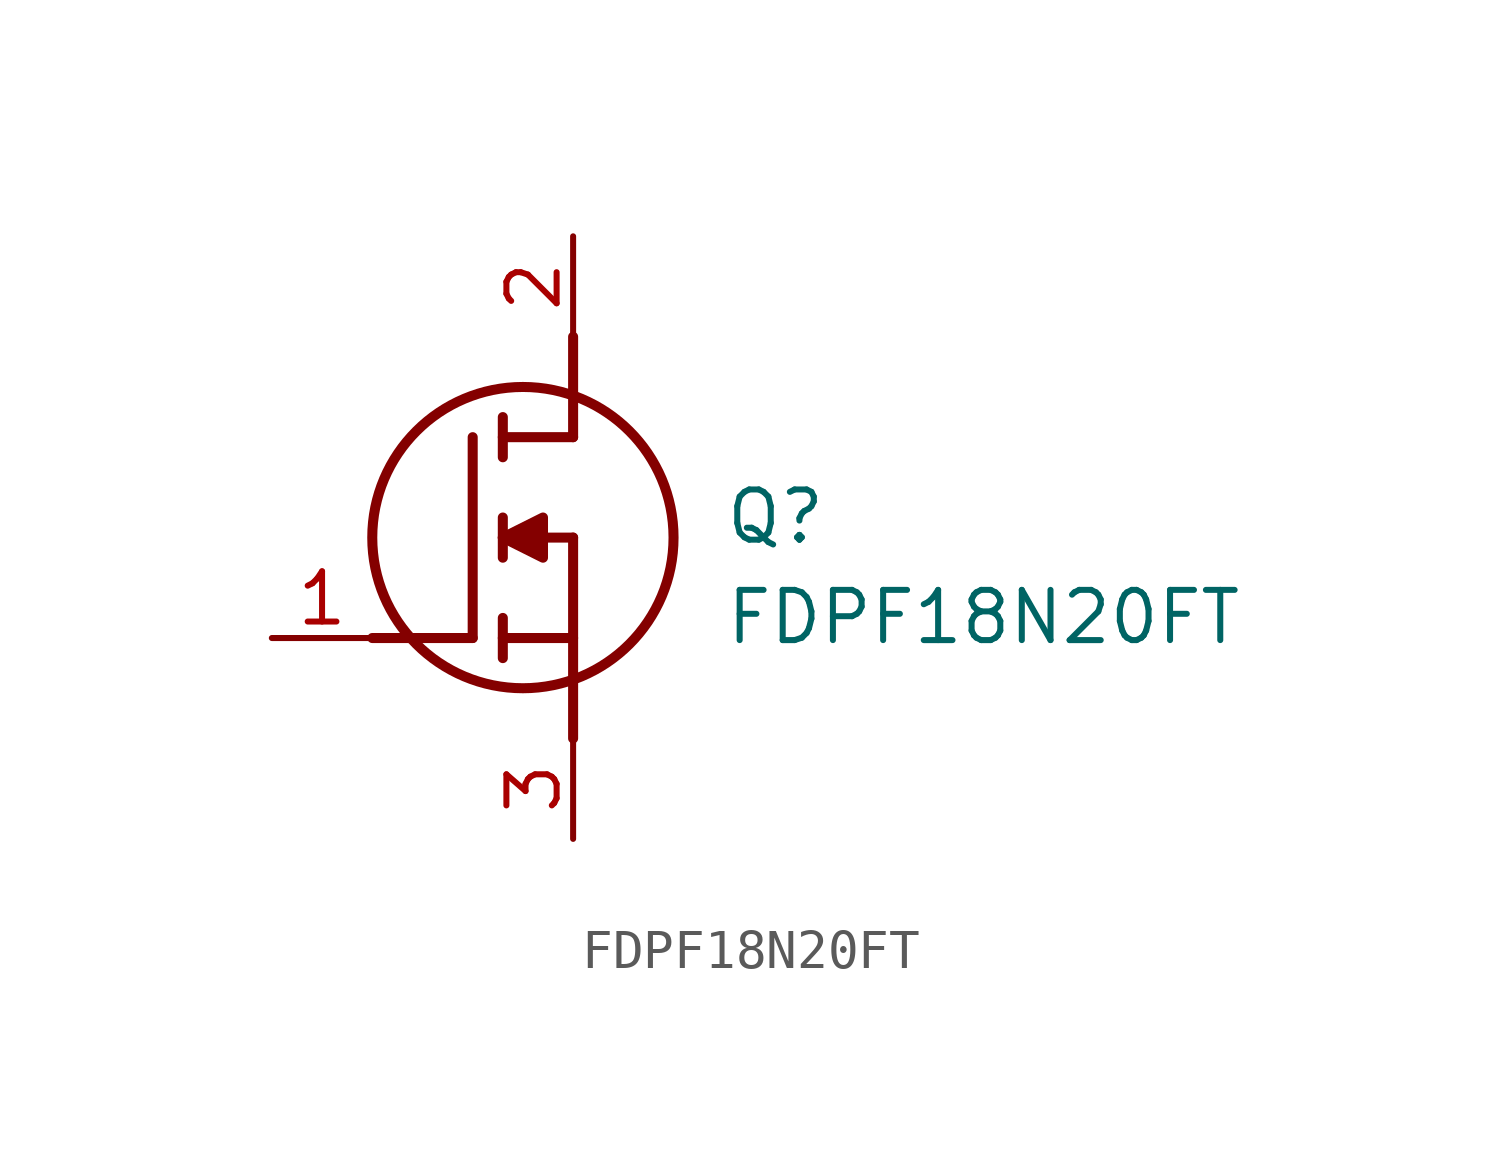
<source format=kicad_sym>
(kicad_symbol_lib
  (version 20220914)
  (generator SamacSys_ECAD_Model)
  (symbol "FDPF18N20FT"
    (pin_names hide)
    (property "Reference" "Q"
      (at 11.43 3.81 0)
      (effects (font (size 1.27 1.27)) (justify left top)))
    (property "Value" "FDPF18N20FT"
      (at 11.43 1.27 0)
      (effects (font (size 1.27 1.27)) (justify left top)))
    (polyline
      (pts (xy 7.62 2.54) (xy 7.62 -2.54))
      (stroke (width 0.254) (type default))
      (fill (type none)))
    (polyline
      (pts (xy 7.62 5.08) (xy 7.62 7.62))
      (stroke (width 0.254) (type default))
      (fill (type none)))
    (polyline
      (pts (xy 2.54 0) (xy 5.08 0))
      (stroke (width 0.254) (type default))
      (fill (type none)))
    (polyline
      (pts (xy 5.08 5.08) (xy 5.08 0))
      (stroke (width 0.254) (type default))
      (fill (type none)))
    (polyline
      (pts (xy 7.62 2.54) (xy 5.842 2.54))
      (stroke (width 0.254) (type default))
      (fill (type none)))
    (polyline
      (pts (xy 7.62 5.08) (xy 5.842 5.08))
      (stroke (width 0.254) (type default))
      (fill (type none)))
    (polyline
      (pts (xy 5.842 0) (xy 7.62 0))
      (stroke (width 0.254) (type default))
      (fill (type none)))
    (polyline
      (pts (xy 5.842 5.588) (xy 5.842 4.572))
      (stroke (width 0.254) (type default))
      (fill (type none)))
    (polyline
      (pts (xy 5.842 -0.508) (xy 5.842 0.508))
      (stroke (width 0.254) (type default))
      (fill (type none)))
    (polyline
      (pts (xy 5.842 2.032) (xy 5.842 3.048))
      (stroke (width 0.254) (type default))
      (fill (type none)))
    (circle
      (center 6.35 2.54)
      (radius 3.81)
      (stroke (width 0.254) (type default))
      (fill (type none)))
    (polyline
      (pts (xy 5.842 2.54) (xy 6.858 3.048) (xy 6.858 2.032) (xy 5.842 2.54))
      (stroke (width 0.254) (type default))
      (fill (type outline)))
    (pin passive line
      (at 0 0 0)
      (length 2.54)
      (name "G" (effects (font (size 1.27 1.27))))
      (number "1" (effects (font (size 1.27 1.27)))))
    (pin passive line
      (at 7.62 10.16 270)
      (length 2.54)
      (name "D" (effects (font (size 1.27 1.27))))
      (number "2" (effects (font (size 1.27 1.27)))))
    (pin passive line
      (at 7.62 -5.08 90)
      (length 2.54)
      (name "S" (effects (font (size 1.27 1.27))))
      (number "3" (effects (font (size 1.27 1.27)))))))
</source>
